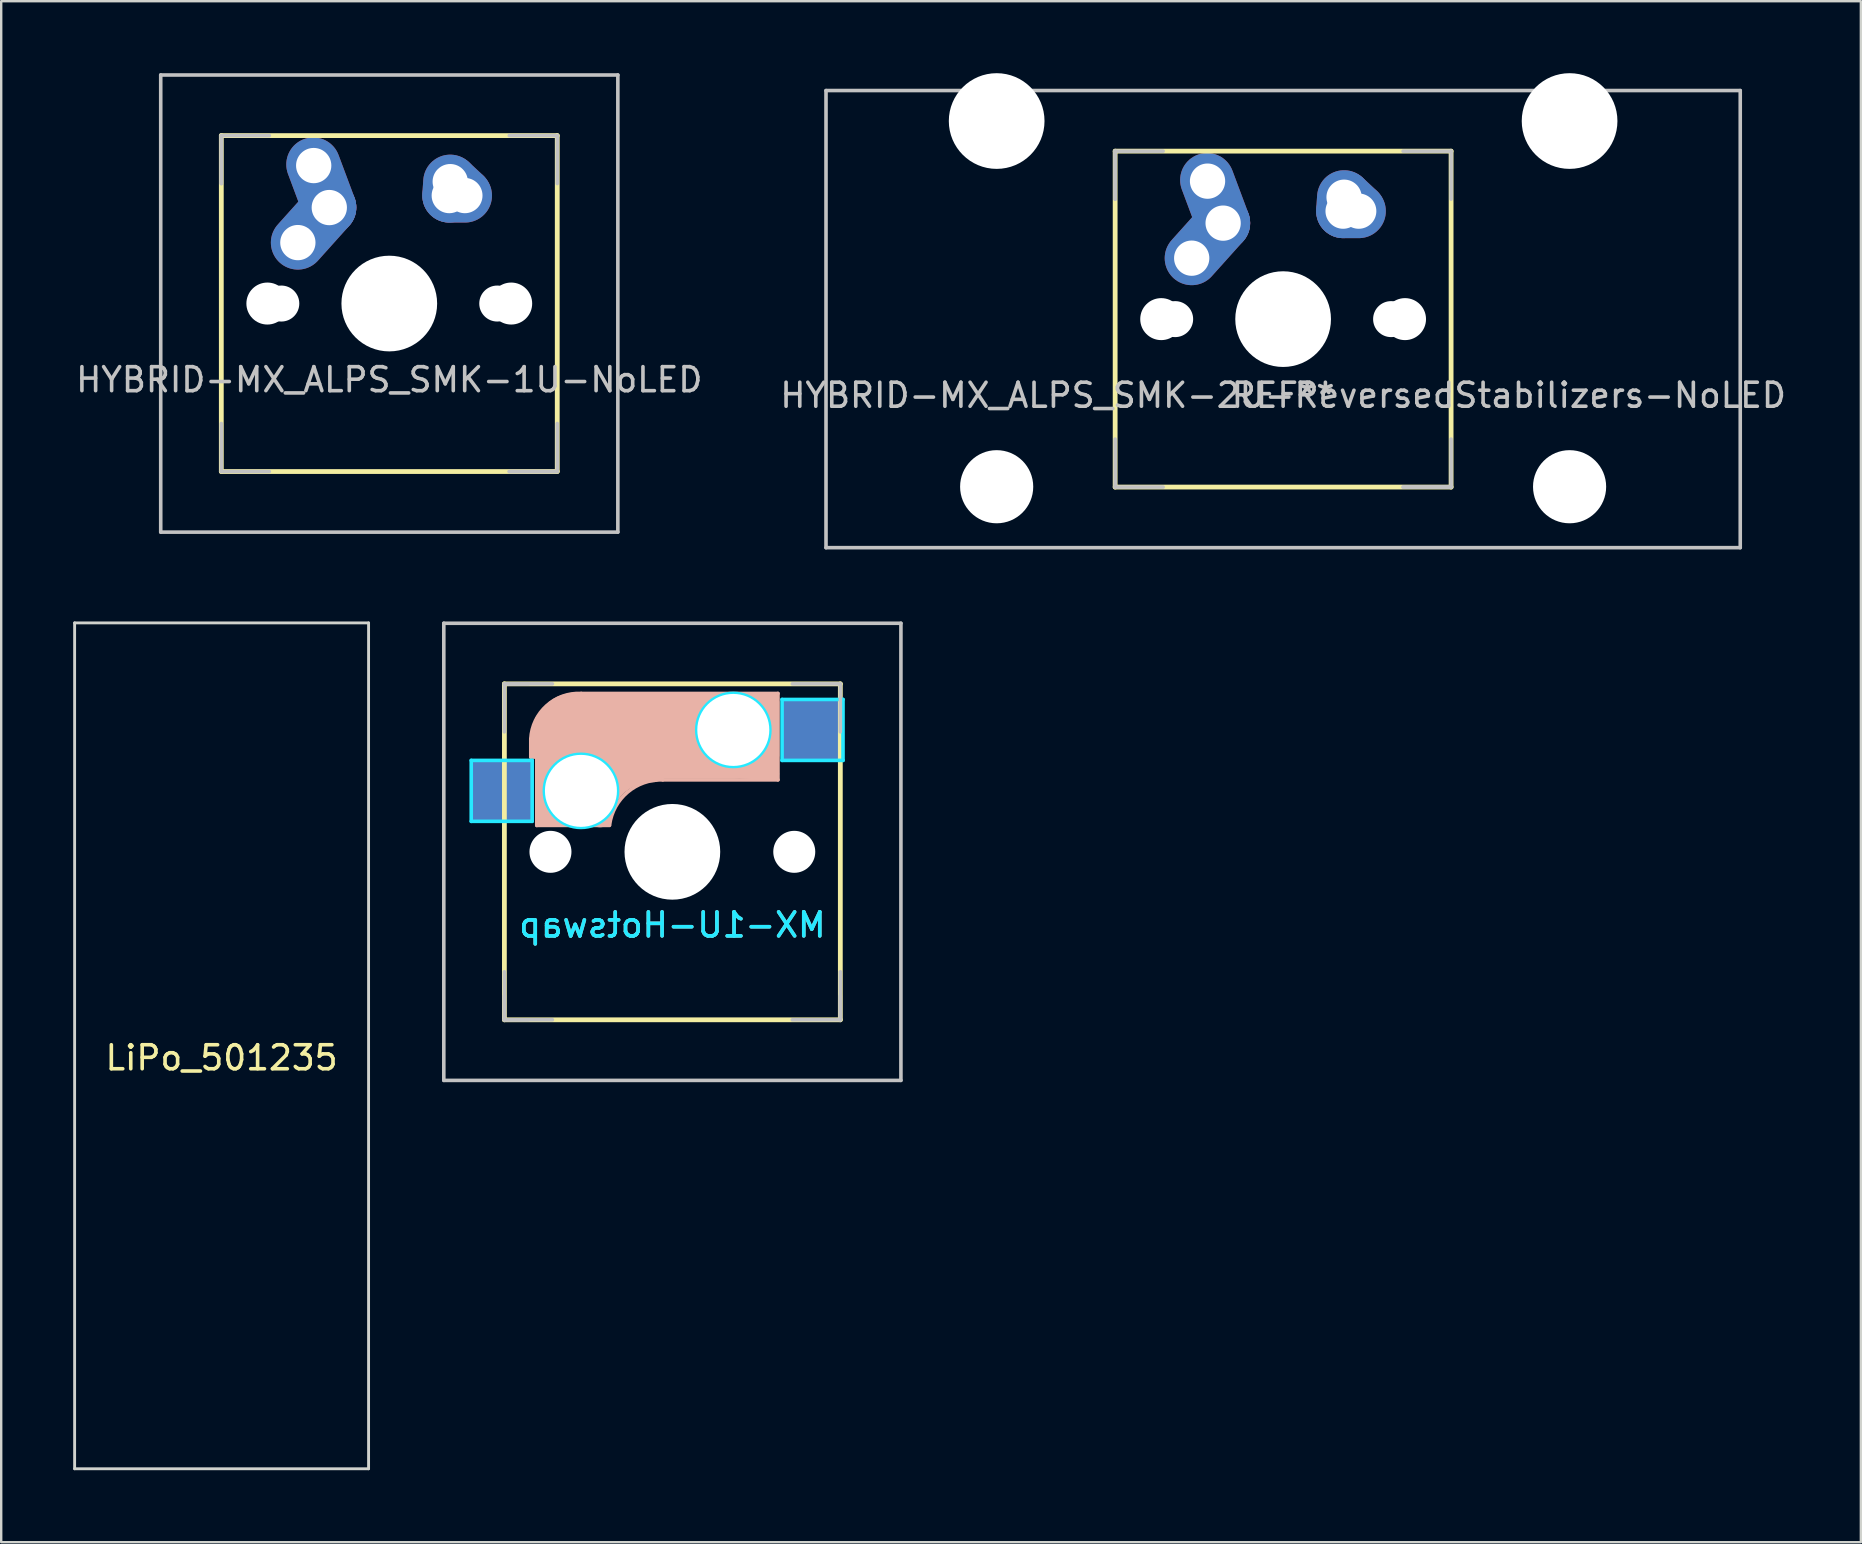
<source format=kicad_pcb>
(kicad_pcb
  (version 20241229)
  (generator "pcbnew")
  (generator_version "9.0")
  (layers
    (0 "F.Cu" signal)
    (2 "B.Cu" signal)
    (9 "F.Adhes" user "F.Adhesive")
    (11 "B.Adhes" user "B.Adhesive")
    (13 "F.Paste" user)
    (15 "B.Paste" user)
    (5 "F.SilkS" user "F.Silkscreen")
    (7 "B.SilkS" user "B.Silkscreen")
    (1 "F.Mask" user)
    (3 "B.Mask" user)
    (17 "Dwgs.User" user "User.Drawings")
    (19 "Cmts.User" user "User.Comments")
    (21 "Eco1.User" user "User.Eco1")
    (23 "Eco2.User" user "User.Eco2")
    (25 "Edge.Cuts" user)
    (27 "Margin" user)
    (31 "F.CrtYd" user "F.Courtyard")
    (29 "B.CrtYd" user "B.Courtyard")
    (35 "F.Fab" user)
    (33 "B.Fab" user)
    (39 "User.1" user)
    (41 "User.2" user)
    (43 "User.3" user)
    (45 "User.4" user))
  (footprint "LiPo_501235"
    (layer "F.Cu")
    (at 6.185 40.534)
    (property "Reference" "LiPo_501235" (at 0 0.5 0) (layer "F.SilkS") (effects (font (size 1 1) (thickness 0.15))))
    (attr through_hole)
    (fp_line (start -6.125 -17.625) (end -6.125 17.625) (stroke (width 0.12) (type solid)) (layer "Edge.Cuts"))
    (fp_line (start -6.125 17.625) (end 6.125 17.625) (stroke (width 0.12) (type solid)) (layer "Edge.Cuts"))
    (fp_line (start 6.125 -17.625) (end -6.125 -17.625) (stroke (width 0.12) (type solid)) (layer "Edge.Cuts"))
    (fp_line (start 6.125 17.625) (end 6.125 -17.625) (stroke (width 0.12) (type solid)) (layer "Edge.Cuts")))
  (footprint "HYBRID-MX_ALPS_SMK-1U-NoLED"
    (layer "F.Cu")
    (at 13.173 9.6)
    (property "Reference" "HYBRID-MX_ALPS_SMK-1U-NoLED" (at 0 3.175 0) (layer "Dwgs.User") (effects (font (size 1 1) (thickness 0.15))))
    (attr through_hole)
    (fp_line (start -7 -7) (end -7 7) (stroke (width 0.2) (type solid)) (layer "F.SilkS"))
    (fp_line (start -7 -7) (end 7 -7) (stroke (width 0.2) (type solid)) (layer "F.SilkS"))
    (fp_line (start -7 7) (end 7 7) (stroke (width 0.2) (type solid)) (layer "F.SilkS"))
    (fp_line (start 7 -7) (end 7 7) (stroke (width 0.2) (type solid)) (layer "F.SilkS"))
    (fp_line (start -9.525 -9.525) (end 9.525 -9.525) (stroke (width 0.15) (type solid)) (layer "Dwgs.User"))
    (fp_line (start -9.525 9.525) (end -9.525 -9.525) (stroke (width 0.15) (type solid)) (layer "Dwgs.User"))
    (fp_line (start -7 -7) (end -7 -5) (stroke (width 0.15) (type solid)) (layer "Dwgs.User"))
    (fp_line (start -7 -7) (end -7 -5) (stroke (width 0.15) (type solid)) (layer "Dwgs.User"))
    (fp_line (start -7 5) (end -7 7) (stroke (width 0.15) (type solid)) (layer "Dwgs.User"))
    (fp_line (start -7 7) (end -5 7) (stroke (width 0.15) (type solid)) (layer "Dwgs.User"))
    (fp_line (start -5 -7) (end -7 -7) (stroke (width 0.15) (type solid)) (layer "Dwgs.User"))
    (fp_line (start 5 -7) (end 7 -7) (stroke (width 0.15) (type solid)) (layer "Dwgs.User"))
    (fp_line (start 5 7) (end 7 7) (stroke (width 0.15) (type solid)) (layer "Dwgs.User"))
    (fp_line (start 5 7) (end 7 7) (stroke (width 0.15) (type solid)) (layer "Dwgs.User"))
    (fp_line (start 7 -7) (end 7 -5) (stroke (width 0.15) (type solid)) (layer "Dwgs.User"))
    (fp_line (start 7 7) (end 7 5) (stroke (width 0.15) (type solid)) (layer "Dwgs.User"))
    (fp_line (start 9.525 -9.525) (end 9.525 9.525) (stroke (width 0.15) (type solid)) (layer "Dwgs.User"))
    (fp_line (start 9.525 9.525) (end -9.525 9.525) (stroke (width 0.15) (type solid)) (layer "Dwgs.User"))
    (pad "" np_thru_hole circle (at -5.08 0 48.1) (size 1.75 1.75) (drill 1.75) (layers "*.Cu" "*.Mask"))
    (pad "" np_thru_hole circle (at -4.5 0) (size 1.5 1.5) (drill 1.5) (layers "*.Cu" "*.Mask"))
    (pad "" np_thru_hole circle (at 0 0) (size 3.988 3.988) (drill 3.988) (layers "*.Cu" "*.Mask"))
    (pad "" np_thru_hole circle (at 4.5 0 180) (size 1.5 1.5) (drill 1.5) (layers "*.Cu" "*.Mask"))
    (pad "" np_thru_hole circle (at 5.08 0 48.1) (size 1.75 1.75) (drill 1.75) (layers "*.Cu" "*.Mask"))
    (pad "1" thru_hole oval (at -3.81 -2.54 48.1) (size 4.212 2.25) (drill 1.47 (offset 0.981 0)) (layers "*.Cu" "B.Mask"))
    (pad "1" thru_hole oval (at -3.15 -5.75 290.5) (size 4.15 2.25) (drill 1.47 (offset 0.9 0)) (layers "*.Cu" "B.Mask"))
    (pad "1" thru_hole circle (at -2.5 -4) (size 2.25 2.25) (drill 1.47) (layers "*.Cu" "B.Mask"))
    (pad "2" thru_hole oval (at 2.5 -4.5 86.055) (size 2.831 2.25) (drill 1.47 (offset 0.291 0)) (layers "*.Cu" "B.Mask"))
    (pad "2" thru_hole oval (at 2.54 -5.08 317) (size 3 2.25) (drill 1.47 (offset 0.42 0)) (layers "*.Cu" "B.Mask"))
    (pad "2" thru_hole oval (at 3.15 -4.5 180) (size 2.9 2.25) (drill 1.47 (offset 0.32 0)) (layers "*.Cu" "B.Mask")))
  (footprint "MX-1U-Hotswap"
    (layer "F.Cu")
    (at 24.97 32.449)
    (property "Reference" "MX-1U-Hotswap" (at 0 3.048 0) (layer "B.CrtYd") (effects (font (size 1 1) (thickness 0.15)) (justify mirror)))
    (attr smd)
    (fp_line (start -7 -7) (end -7 7) (stroke (width 0.2) (type solid)) (layer "F.SilkS"))
    (fp_line (start -7 -7) (end 7 -7) (stroke (width 0.2) (type solid)) (layer "F.SilkS"))
    (fp_line (start -7 7) (end 7 7) (stroke (width 0.2) (type solid)) (layer "F.SilkS"))
    (fp_line (start 7 -7) (end 7 7) (stroke (width 0.2) (type solid)) (layer "F.SilkS"))
    (fp_line (start -5.9 -4.7) (end -5.9 -3.95) (stroke (width 0.15) (type solid)) (layer "B.SilkS"))
    (fp_line (start -5.9 -3.95) (end -5.7 -3.95) (stroke (width 0.15) (type solid)) (layer "B.SilkS"))
    (fp_line (start -5.8 -4.05) (end -5.8 -4.7) (stroke (width 0.3) (type solid)) (layer "B.SilkS"))
    (fp_line (start -5.65 -5.55) (end -5.65 -1.1) (stroke (width 0.15) (type solid)) (layer "B.SilkS"))
    (fp_line (start -5.65 -1.1) (end -2.62 -1.1) (stroke (width 0.15) (type solid)) (layer "B.SilkS"))
    (fp_line (start -5.45 -1.3) (end -3 -1.3) (stroke (width 0.5) (type solid)) (layer "B.SilkS"))
    (fp_line (start -5.3 -1.6) (end -5.3 -3.4) (stroke (width 0.8) (type solid)) (layer "B.SilkS"))
    (fp_line (start -4.17 -5.1) (end -4.17 -2.86) (stroke (width 3) (type solid)) (layer "B.SilkS"))
    (fp_line (start -0.4 -3) (end 4.4 -3) (stroke (width 0.15) (type solid)) (layer "B.SilkS"))
    (fp_line (start 2.6 -4.8) (end -4.1 -4.8) (stroke (width 3.5) (type solid)) (layer "B.SilkS"))
    (fp_line (start 3.9 -6) (end 3.9 -3.5) (stroke (width 1) (type solid)) (layer "B.SilkS"))
    (fp_line (start 4.2 -3.25) (end 2.9 -3.3) (stroke (width 0.5) (type solid)) (layer "B.SilkS"))
    (fp_line (start 4.25 -6.4) (end 3 -6.4) (stroke (width 0.4) (type solid)) (layer "B.SilkS"))
    (fp_line (start 4.38 -4) (end 4.38 -6.25) (stroke (width 0.15) (type solid)) (layer "B.SilkS"))
    (fp_line (start 4.4 -6.6) (end -3.8 -6.6) (stroke (width 0.15) (type solid)) (layer "B.SilkS"))
    (fp_line (start 4.4 -3) (end 4.4 -6.6) (stroke (width 0.15) (type solid)) (layer "B.SilkS"))
    (fp_arc (start -5.9 -4.699999) (mid -5.243504 -6.084924) (end -3.800001 -6.6) (stroke (width 0.15) (type solid)) (layer "B.SilkS"))
    (fp_arc (start -3.016318 -1.521471) (mid -2.268709 -2.886118) (end -0.8 -3.4) (stroke (width 1) (type solid)) (layer "B.SilkS"))
    (fp_arc (start -2.616318 -1.121471) (mid -1.868709 -2.486118) (end -0.4 -3) (stroke (width 0.15) (type solid)) (layer "B.SilkS"))
    (fp_line (start -9.525 -9.525) (end 9.525 -9.525) (stroke (width 0.15) (type solid)) (layer "Dwgs.User"))
    (fp_line (start -9.525 9.525) (end -9.525 -9.525) (stroke (width 0.15) (type solid)) (layer "Dwgs.User"))
    (fp_line (start -7 -7) (end -7 -5) (stroke (width 0.15) (type solid)) (layer "Dwgs.User"))
    (fp_line (start -7 -7) (end -6 -7) (stroke (width 0.15) (type solid)) (layer "Dwgs.User"))
    (fp_line (start -7 5) (end -7 7) (stroke (width 0.15) (type solid)) (layer "Dwgs.User"))
    (fp_line (start -7 7) (end -7 6) (stroke (width 0.15) (type solid)) (layer "Dwgs.User"))
    (fp_line (start -7 7) (end -5 7) (stroke (width 0.15) (type solid)) (layer "Dwgs.User"))
    (fp_line (start -6 7) (end -7 7) (stroke (width 0.15) (type solid)) (layer "Dwgs.User"))
    (fp_line (start -5 -7) (end -7 -7) (stroke (width 0.15) (type solid)) (layer "Dwgs.User"))
    (fp_line (start 5 -7) (end 7 -7) (stroke (width 0.15) (type solid)) (layer "Dwgs.User"))
    (fp_line (start 5 7) (end 7 7) (stroke (width 0.15) (type solid)) (layer "Dwgs.User"))
    (fp_line (start 7 -7) (end 7 -5) (stroke (width 0.15) (type solid)) (layer "Dwgs.User"))
    (fp_line (start 7 7) (end 7 5) (stroke (width 0.15) (type solid)) (layer "Dwgs.User"))
    (fp_line (start 7 7) (end 7 6) (stroke (width 0.15) (type solid)) (layer "Dwgs.User"))
    (fp_line (start 9.525 -9.525) (end 9.525 9.525) (stroke (width 0.15) (type solid)) (layer "Dwgs.User"))
    (fp_line (start 9.525 9.525) (end -9.525 9.525) (stroke (width 0.15) (type solid)) (layer "Dwgs.User"))
    (fp_line (start -8.382 -3.81) (end -8.382 -1.27) (stroke (width 0.15) (type solid)) (layer "B.CrtYd"))
    (fp_line (start -8.382 -1.27) (end -5.842 -1.27) (stroke (width 0.15) (type solid)) (layer "B.CrtYd"))
    (fp_line (start -5.842 -3.81) (end -8.382 -3.81) (stroke (width 0.15) (type solid)) (layer "B.CrtYd"))
    (fp_line (start -5.842 -1.27) (end -5.842 -3.81) (stroke (width 0.15) (type solid)) (layer "B.CrtYd"))
    (fp_line (start 4.572 -6.35) (end 7.112 -6.35) (stroke (width 0.15) (type solid)) (layer "B.CrtYd"))
    (fp_line (start 4.572 -3.81) (end 4.572 -6.35) (stroke (width 0.15) (type solid)) (layer "B.CrtYd"))
    (fp_line (start 7.112 -6.35) (end 7.112 -3.81) (stroke (width 0.15) (type solid)) (layer "B.CrtYd"))
    (fp_line (start 7.112 -3.81) (end 4.572 -3.81) (stroke (width 0.15) (type solid)) (layer "B.CrtYd"))
    (fp_circle (center -3.81 -2.54) (end -3.81 -4.064) (stroke (width 0.15) (type solid)) (fill no) (layer "B.CrtYd"))
    (fp_circle (center 2.54 -5.08) (end 2.54 -6.604) (stroke (width 0.15) (type solid)) (fill no) (layer "B.CrtYd"))
    (fp_text user "${REFERENCE}" (at 0 3.048 0) (layer "B.SilkS") (effects (font (size 1 1) (thickness 0.15)) (justify mirror)))
    (pad "" np_thru_hole circle (at -5.08 0 48.1) (size 1.75 1.75) (drill 1.75) (layers "*.Cu" "*.Mask"))
    (pad "" np_thru_hole circle (at -3.81 -2.54) (size 3 3) (drill 3) (layers "*.Cu" "*.Mask"))
    (pad "" np_thru_hole circle (at 0 0) (size 3.988 3.988) (drill 3.988) (layers "*.Cu" "*.Mask"))
    (pad "" np_thru_hole circle (at 2.54 -5.08) (size 3 3) (drill 3) (layers "*.Cu" "*.Mask"))
    (pad "" np_thru_hole circle (at 5.08 0 48.1) (size 1.75 1.75) (drill 1.75) (layers "*.Cu" "*.Mask"))
    (pad "1" smd rect (at -7.085 -2.54) (size 2.55 2.5) (layers "B.Cu" "B.Mask" "B.Paste"))
    (pad "2" smd rect (at 5.842 -5.08) (size 2.55 2.5) (layers "B.Cu" "B.Mask" "B.Paste")))
  (footprint "HYBRID-MX_ALPS_SMK-2U-ReversedStabilizers-NoLED"
    (layer "F.Cu")
    (at 50.423 10.249)
    (property "Reference" "HYBRID-MX_ALPS_SMK-2U-ReversedStabilizers-NoLED" (at 0 3.175 0) (layer "Dwgs.User") (effects (font (size 1 1) (thickness 0.15))))
    (attr through_hole)
    (fp_line (start -7 -7) (end -7 7) (stroke (width 0.2) (type solid)) (layer "F.SilkS"))
    (fp_line (start -7 -7) (end 7 -7) (stroke (width 0.2) (type solid)) (layer "F.SilkS"))
    (fp_line (start -7 7) (end 7 7) (stroke (width 0.2) (type solid)) (layer "F.SilkS"))
    (fp_line (start 7 -7) (end 7 7) (stroke (width 0.2) (type solid)) (layer "F.SilkS"))
    (fp_line (start -19.05 -9.525) (end 19.05 -9.525) (stroke (width 0.15) (type solid)) (layer "Dwgs.User"))
    (fp_line (start -19.05 9.525) (end -19.05 -9.525) (stroke (width 0.15) (type solid)) (layer "Dwgs.User"))
    (fp_line (start -19.05 9.525) (end 19.05 9.525) (stroke (width 0.15) (type solid)) (layer "Dwgs.User"))
    (fp_line (start -7 -7) (end -7 -5) (stroke (width 0.15) (type solid)) (layer "Dwgs.User"))
    (fp_line (start -7 -7) (end -7 -5) (stroke (width 0.15) (type solid)) (layer "Dwgs.User"))
    (fp_line (start -7 5) (end -7 7) (stroke (width 0.15) (type solid)) (layer "Dwgs.User"))
    (fp_line (start -7 7) (end -5 7) (stroke (width 0.15) (type solid)) (layer "Dwgs.User"))
    (fp_line (start -5 -7) (end -7 -7) (stroke (width 0.15) (type solid)) (layer "Dwgs.User"))
    (fp_line (start 5 -7) (end 7 -7) (stroke (width 0.15) (type solid)) (layer "Dwgs.User"))
    (fp_line (start 5 7) (end 7 7) (stroke (width 0.15) (type solid)) (layer "Dwgs.User"))
    (fp_line (start 5 7) (end 7 7) (stroke (width 0.15) (type solid)) (layer "Dwgs.User"))
    (fp_line (start 7 -7) (end 7 -5) (stroke (width 0.15) (type solid)) (layer "Dwgs.User"))
    (fp_line (start 7 7) (end 7 5) (stroke (width 0.15) (type solid)) (layer "Dwgs.User"))
    (fp_line (start 19.05 -9.525) (end 19.05 9.525) (stroke (width 0.15) (type solid)) (layer "Dwgs.User"))
    (fp_text user "REF**" (at 0 3.175 0) (layer "Dwgs.User") (effects (font (size 1 1) (thickness 0.15))))
    (pad "" np_thru_hole circle (at -11.938 -8.255) (size 3.988 3.988) (drill 3.988) (layers "*.Cu" "*.Mask"))
    (pad "" np_thru_hole circle (at -11.938 6.985) (size 3.048 3.048) (drill 3.048) (layers "*.Cu" "*.Mask"))
    (pad "" np_thru_hole circle (at -5.08 0 48.1) (size 1.75 1.75) (drill 1.75) (layers "*.Cu" "*.Mask"))
    (pad "" np_thru_hole circle (at -4.5 0) (size 1.5 1.5) (drill 1.5) (layers "*.Cu" "*.Mask"))
    (pad "" np_thru_hole circle (at 0 0) (size 3.988 3.988) (drill 3.988) (layers "*.Cu" "*.Mask"))
    (pad "" np_thru_hole circle (at 4.5 0 180) (size 1.5 1.5) (drill 1.5) (layers "*.Cu" "*.Mask"))
    (pad "" np_thru_hole circle (at 5.08 0 48.1) (size 1.75 1.75) (drill 1.75) (layers "*.Cu" "*.Mask"))
    (pad "" np_thru_hole circle (at 11.938 -8.255) (size 3.988 3.988) (drill 3.988) (layers "*.Cu" "*.Mask"))
    (pad "" np_thru_hole circle (at 11.938 6.985) (size 3.048 3.048) (drill 3.048) (layers "*.Cu" "*.Mask"))
    (pad "1" thru_hole oval (at -3.81 -2.54 48.1) (size 4.212 2.25) (drill 1.47 (offset 0.981 0)) (layers "*.Cu" "B.Mask"))
    (pad "1" thru_hole oval (at -3.15 -5.75 290.5) (size 4.15 2.25) (drill 1.47 (offset 0.9 0)) (layers "*.Cu" "B.Mask"))
    (pad "1" thru_hole circle (at -2.5 -4) (size 2.25 2.25) (drill 1.47) (layers "*.Cu" "B.Mask"))
    (pad "2" thru_hole oval (at 2.5 -4.5 86.055) (size 2.831 2.25) (drill 1.47 (offset 0.291 0)) (layers "*.Cu" "B.Mask"))
    (pad "2" thru_hole oval (at 2.54 -5.08 317) (size 3 2.25) (drill 1.47 (offset 0.42 0)) (layers "*.Cu" "B.Mask"))
    (pad "2" thru_hole oval (at 3.15 -4.5 180) (size 2.9 2.25) (drill 1.47 (offset 0.32 0)) (layers "*.Cu" "B.Mask")))
  (gr_rect
    (start -3 -3)
    (end 74.5 61.219)
    (stroke (width 0.1) (type default))
    (fill no)
    (layer "Edge.Cuts")))
</source>
